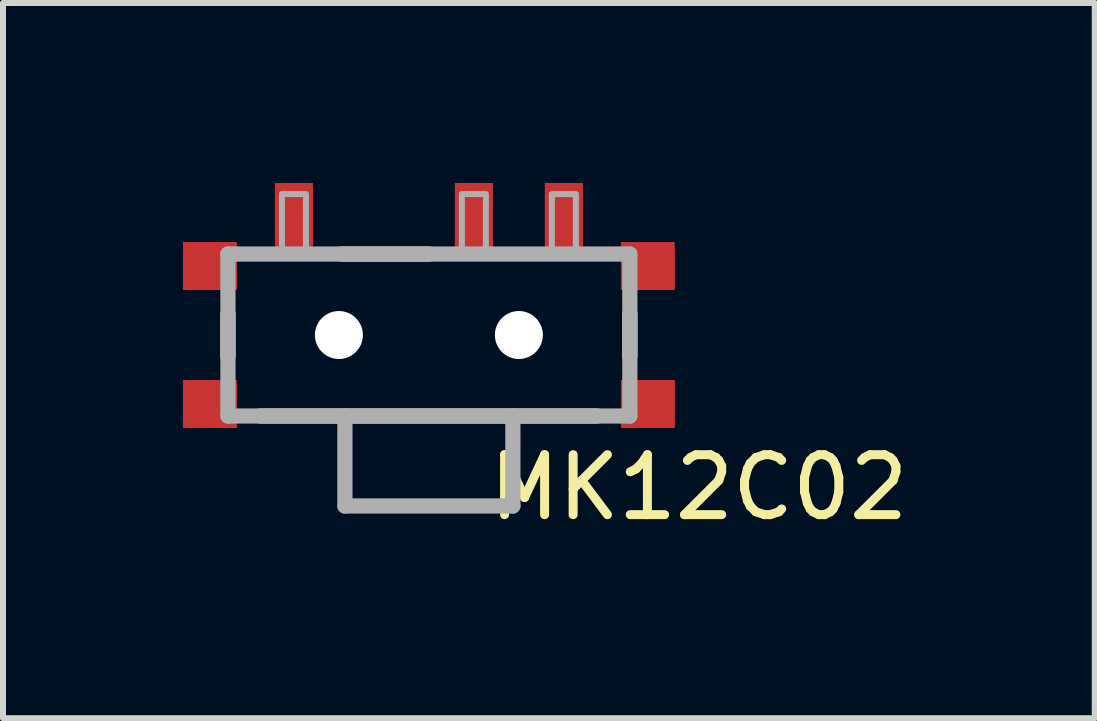
<source format=kicad_pcb>
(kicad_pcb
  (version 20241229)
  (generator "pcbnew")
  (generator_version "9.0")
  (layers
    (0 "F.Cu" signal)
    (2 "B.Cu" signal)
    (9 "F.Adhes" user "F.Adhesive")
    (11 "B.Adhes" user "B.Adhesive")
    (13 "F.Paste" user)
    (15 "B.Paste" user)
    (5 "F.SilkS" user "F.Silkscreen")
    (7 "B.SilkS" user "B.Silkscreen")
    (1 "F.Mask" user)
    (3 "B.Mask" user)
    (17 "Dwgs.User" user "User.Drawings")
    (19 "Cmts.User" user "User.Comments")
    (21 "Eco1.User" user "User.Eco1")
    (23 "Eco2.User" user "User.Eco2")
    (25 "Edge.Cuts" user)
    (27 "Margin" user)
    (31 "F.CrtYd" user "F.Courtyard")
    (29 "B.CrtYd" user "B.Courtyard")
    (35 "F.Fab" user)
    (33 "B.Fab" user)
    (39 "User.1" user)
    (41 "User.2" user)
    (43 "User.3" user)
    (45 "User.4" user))
  (footprint "MK12C02"
    (layer "F.Cu")
    (at 4.1 2.789)
    (property "Reference" "MK12C02" (at 4.5 2.286 0) (layer "F.SilkS") (effects (font (size 1 1) (thickness 0.15))))
    (attr through_hole)
    (fp_line (start -3.35 -0.604) (end -3.35 0.096) (stroke (width 0.254) (type solid)) (layer "F.SilkS"))
    (fp_line (start -2.8 1.096) (end 2.8 1.096) (stroke (width 0.254) (type solid)) (layer "F.SilkS"))
    (fp_line (start 0 -1.604) (end -1.45 -1.604) (stroke (width 0.254) (type solid)) (layer "F.SilkS"))
    (fp_line (start 3.35 0.096) (end 3.35 -0.604) (stroke (width 0.254) (type solid)) (layer "F.SilkS"))
    (fp_line (start -3.35 -1.604) (end -3.35 1.096) (stroke (width 0.254) (type solid)) (layer "F.Fab"))
    (fp_line (start -3.35 1.096) (end -1.4 1.096) (stroke (width 0.254) (type solid)) (layer "F.Fab"))
    (fp_line (start -1.4 1.096) (end 1.4 1.096) (stroke (width 0.254) (type solid)) (layer "F.Fab"))
    (fp_line (start -1.4 2.596) (end -1.4 1.096) (stroke (width 0.254) (type solid)) (layer "F.Fab"))
    (fp_line (start -1.4 2.596) (end 1.4 2.596) (stroke (width 0.254) (type solid)) (layer "F.Fab"))
    (fp_line (start 1.4 1.096) (end 3.35 1.096) (stroke (width 0.254) (type solid)) (layer "F.Fab"))
    (fp_line (start 1.4 2.596) (end 1.4 1.096) (stroke (width 0.254) (type solid)) (layer "F.Fab"))
    (fp_line (start 3.35 -1.604) (end -3.35 -1.604) (stroke (width 0.254) (type solid)) (layer "F.Fab"))
    (fp_line (start 3.35 1.096) (end 3.35 -1.604) (stroke (width 0.254) (type solid)) (layer "F.Fab"))
    (fp_poly (pts (xy -2.45 -1.604) (xy -2.05 -1.604) (xy -2.05 -2.604) (xy -2.45 -2.604)) (stroke (width 0.1) (type solid)) (fill no) (layer "F.Fab"))
    (fp_poly (pts (xy 0.55 -1.604) (xy 0.95 -1.604) (xy 0.95 -2.604) (xy 0.55 -2.604)) (stroke (width 0.1) (type solid)) (fill no) (layer "F.Fab"))
    (fp_poly (pts (xy 2.05 -1.604) (xy 2.45 -1.604) (xy 2.45 -2.604) (xy 2.05 -2.604)) (stroke (width 0.1) (type solid)) (fill no) (layer "F.Fab"))
    (pad "" np_thru_hole circle (at -1.5 -0.254) (size 0.8 0.8) (drill 0.8) (layers "*.Cu" "*.Mask"))
    (pad "" np_thru_hole circle (at 1.5 -0.254) (size 0.8 0.8) (drill 0.8) (layers "*.Cu" "*.Mask"))
    (pad "1" smd rect (at -2.25 -2.154 90) (size 1.27 0.635) (layers "F.Cu" "F.Mask" "F.Paste"))
    (pad "2" smd rect (at 0.75 -2.154 90) (size 1.27 0.635) (layers "F.Cu" "F.Mask" "F.Paste"))
    (pad "3" smd rect (at 2.25 -2.154 90) (size 1.27 0.635) (layers "F.Cu" "F.Mask" "F.Paste"))
    (pad "MNT@1" smd rect (at -3.65 -1.404) (size 0.9 0.8) (layers "F.Cu" "F.Mask" "F.Paste"))
    (pad "MNT@2" smd rect (at -3.65 0.896) (size 0.9 0.8) (layers "F.Cu" "F.Mask" "F.Paste"))
    (pad "MNT@3" smd rect (at 3.65 -1.404) (size 0.9 0.8) (layers "F.Cu" "F.Mask" "F.Paste"))
    (pad "MNT@4" smd rect (at 3.65 0.896) (size 0.9 0.8) (layers "F.Cu" "F.Mask" "F.Paste")))
  (gr_rect
    (start -3 -3)
    (end 15.201 8.923)
    (stroke (width 0.1) (type default))
    (fill no)
    (layer "Edge.Cuts")))
</source>
